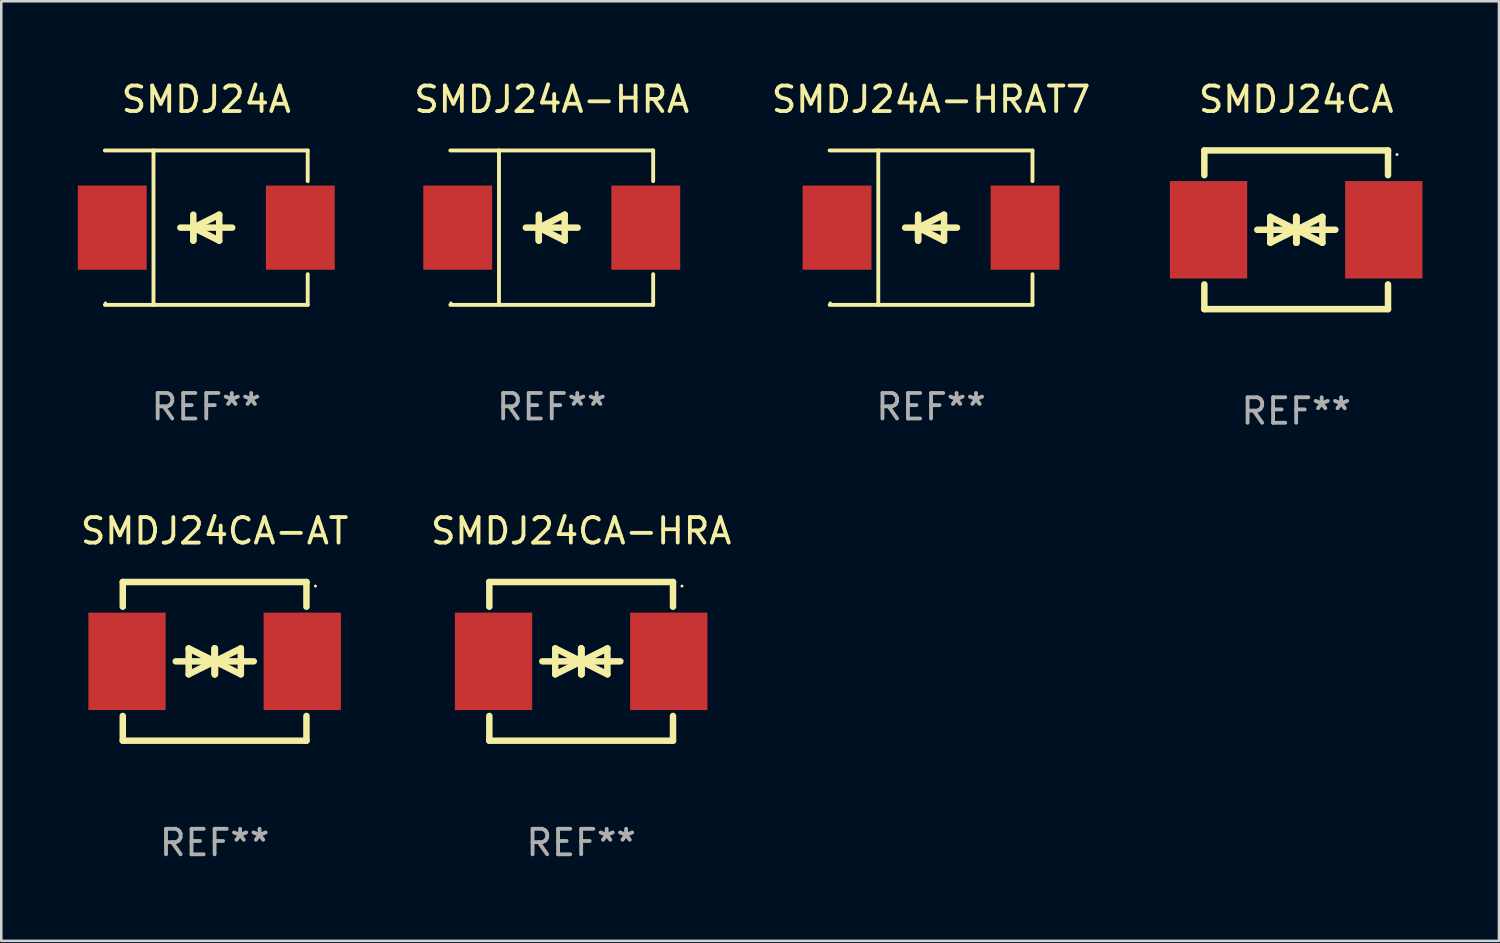
<source format=kicad_pcb>
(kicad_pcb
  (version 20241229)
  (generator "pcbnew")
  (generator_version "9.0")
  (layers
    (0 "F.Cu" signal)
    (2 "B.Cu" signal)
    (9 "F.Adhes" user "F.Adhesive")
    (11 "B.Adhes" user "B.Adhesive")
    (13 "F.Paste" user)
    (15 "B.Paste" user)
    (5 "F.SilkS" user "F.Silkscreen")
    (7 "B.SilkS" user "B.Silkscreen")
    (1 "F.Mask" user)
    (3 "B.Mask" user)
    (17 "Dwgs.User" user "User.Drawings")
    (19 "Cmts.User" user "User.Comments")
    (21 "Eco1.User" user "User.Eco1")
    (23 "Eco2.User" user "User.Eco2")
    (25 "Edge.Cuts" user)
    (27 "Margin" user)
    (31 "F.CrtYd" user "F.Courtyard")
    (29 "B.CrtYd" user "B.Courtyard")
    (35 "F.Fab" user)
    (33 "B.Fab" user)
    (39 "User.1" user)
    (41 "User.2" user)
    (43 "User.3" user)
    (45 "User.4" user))
  (footprint "SMDJ24A-HRAT7"
    (layer "F.Cu")
    (at 33.448 5.874)
    (property "Reference" "SMDJ24A-HRAT7" (at 0 -5.026 0) (layer "F.SilkS") (effects (font (size 1 1) (thickness 0.15))))
    (attr through_hole)
    (fp_line (start -3.976 -3.026) (end 3.976 -3.026) (stroke (width 0.152) (type solid)) (layer "F.SilkS"))
    (fp_line (start -3.976 3.026) (end 3.976 3.026) (stroke (width 0.152) (type solid)) (layer "F.SilkS"))
    (fp_line (start -2.069 -3.026) (end -2.069 3.026) (stroke (width 0.152) (type solid)) (layer "F.SilkS"))
    (fp_line (start -0.508 0) (end -0.508 0.508) (stroke (width 0.254) (type solid)) (layer "F.SilkS"))
    (fp_line (start -0.508 0) (end 0.508 0.508) (stroke (width 0.254) (type solid)) (layer "F.SilkS"))
    (fp_line (start -0.508 0.508) (end -0.508 -0.508) (stroke (width 0.254) (type solid)) (layer "F.SilkS"))
    (fp_line (start 0.508 -0.508) (end -0.508 0) (stroke (width 0.254) (type solid)) (layer "F.SilkS"))
    (fp_line (start 0.508 0.508) (end 0.508 -0.508) (stroke (width 0.254) (type solid)) (layer "F.SilkS"))
    (fp_line (start 1.016 0) (end -1.016 0) (stroke (width 0.254) (type solid)) (layer "F.SilkS"))
    (fp_line (start 3.976 -3.026) (end 3.976 -1.823) (stroke (width 0.152) (type solid)) (layer "F.SilkS"))
    (fp_line (start 3.976 3.026) (end 3.976 1.823) (stroke (width 0.152) (type solid)) (layer "F.SilkS"))
    (fp_circle (center -3.95 2.95) (end -3.92 2.95) (stroke (width 0.06) (type solid)) (fill no) (layer "F.SilkS"))
    (fp_text user "REF**" (at 0 7.026 0) (layer "F.Fab") (effects (font (size 1 1) (thickness 0.15))))
    (pad "1" smd rect (at -3.686 0) (size 2.7 3.3) (layers "F.Cu" "F.Mask" "F.Paste"))
    (pad "2" smd rect (at 3.686 0) (size 2.7 3.3) (layers "F.Cu" "F.Mask" "F.Paste")))
  (footprint "SMDJ24A"
    (layer "F.Cu")
    (at 5.036 5.874)
    (property "Reference" "SMDJ24A" (at 0 -5.026 0) (layer "F.SilkS") (effects (font (size 1 1) (thickness 0.15))))
    (attr through_hole)
    (fp_line (start -3.976 -3.026) (end 3.976 -3.026) (stroke (width 0.152) (type solid)) (layer "F.SilkS"))
    (fp_line (start -3.976 3.026) (end 3.976 3.026) (stroke (width 0.152) (type solid)) (layer "F.SilkS"))
    (fp_line (start -2.069 -3.026) (end -2.069 3.026) (stroke (width 0.152) (type solid)) (layer "F.SilkS"))
    (fp_line (start -0.508 0) (end -0.508 0.508) (stroke (width 0.254) (type solid)) (layer "F.SilkS"))
    (fp_line (start -0.508 0) (end 0.508 0.508) (stroke (width 0.254) (type solid)) (layer "F.SilkS"))
    (fp_line (start -0.508 0.508) (end -0.508 -0.508) (stroke (width 0.254) (type solid)) (layer "F.SilkS"))
    (fp_line (start 0.508 -0.508) (end -0.508 0) (stroke (width 0.254) (type solid)) (layer "F.SilkS"))
    (fp_line (start 0.508 0.508) (end 0.508 -0.508) (stroke (width 0.254) (type solid)) (layer "F.SilkS"))
    (fp_line (start 1.016 0) (end -1.016 0) (stroke (width 0.254) (type solid)) (layer "F.SilkS"))
    (fp_line (start 3.976 -3.026) (end 3.976 -1.823) (stroke (width 0.152) (type solid)) (layer "F.SilkS"))
    (fp_line (start 3.976 3.026) (end 3.976 1.823) (stroke (width 0.152) (type solid)) (layer "F.SilkS"))
    (fp_circle (center -3.95 2.95) (end -3.92 2.95) (stroke (width 0.06) (type solid)) (fill no) (layer "F.SilkS"))
    (fp_text user "REF**" (at 0 7.026 0) (layer "F.Fab") (effects (font (size 1 1) (thickness 0.15))))
    (pad "1" smd rect (at -3.686 0) (size 2.7 3.3) (layers "F.Cu" "F.Mask" "F.Paste"))
    (pad "2" smd rect (at 3.686 0) (size 2.7 3.3) (layers "F.Cu" "F.Mask" "F.Paste")))
  (footprint "SMDJ24CA"
    (layer "F.Cu")
    (at 47.761 5.958)
    (property "Reference" "SMDJ24CA" (at 0 -5.11 0) (layer "F.SilkS") (effects (font (size 1 1) (thickness 0.15))))
    (attr through_hole)
    (fp_line (start -3.6 -2.141) (end -3.6 -3.11) (stroke (width 0.254) (type solid)) (layer "F.SilkS"))
    (fp_line (start -3.6 3.11) (end -3.6 2.141) (stroke (width 0.254) (type solid)) (layer "F.SilkS"))
    (fp_line (start -1.524 0) (end 0.508 0) (stroke (width 0.254) (type solid)) (layer "F.SilkS"))
    (fp_line (start -1.016 -0.508) (end -1.016 0.508) (stroke (width 0.254) (type solid)) (layer "F.SilkS"))
    (fp_line (start -1.016 0.508) (end 0 0) (stroke (width 0.254) (type solid)) (layer "F.SilkS"))
    (fp_line (start 0 -0.508) (end 0 0.508) (stroke (width 0.254) (type solid)) (layer "F.SilkS"))
    (fp_line (start 0 0) (end -1.016 -0.508) (stroke (width 0.254) (type solid)) (layer "F.SilkS"))
    (fp_line (start 0 0) (end 0 -0.508) (stroke (width 0.254) (type solid)) (layer "F.SilkS"))
    (fp_line (start 0.012 0) (end 0.012 0.508) (stroke (width 0.254) (type solid)) (layer "F.SilkS"))
    (fp_line (start 0.012 0) (end 1.028 0.508) (stroke (width 0.254) (type solid)) (layer "F.SilkS"))
    (fp_line (start 0.012 0.508) (end 0.012 -0.508) (stroke (width 0.254) (type solid)) (layer "F.SilkS"))
    (fp_line (start 1.028 -0.508) (end 0.012 0) (stroke (width 0.254) (type solid)) (layer "F.SilkS"))
    (fp_line (start 1.028 0.508) (end 1.028 -0.508) (stroke (width 0.254) (type solid)) (layer "F.SilkS"))
    (fp_line (start 1.536 0) (end -0.496 0) (stroke (width 0.254) (type solid)) (layer "F.SilkS"))
    (fp_line (start 3.6 -3.11) (end -3.6 -3.11) (stroke (width 0.254) (type solid)) (layer "F.SilkS"))
    (fp_line (start 3.6 -2.141) (end 3.6 -3.11) (stroke (width 0.254) (type solid)) (layer "F.SilkS"))
    (fp_line (start 3.6 3.11) (end -3.6 3.11) (stroke (width 0.254) (type solid)) (layer "F.SilkS"))
    (fp_line (start 3.6 3.11) (end 3.6 2.141) (stroke (width 0.254) (type solid)) (layer "F.SilkS"))
    (fp_circle (center 3.952 -2.95) (end 3.982 -2.95) (stroke (width 0.06) (type solid)) (fill no) (layer "F.SilkS"))
    (fp_text user "REF**" (at 0 7.11 0) (layer "F.Fab") (effects (font (size 1 1) (thickness 0.15))))
    (pad "1" smd rect (at 3.435 0) (size 3.03 3.82) (layers "F.Cu" "F.Mask" "F.Paste"))
    (pad "2" smd rect (at -3.435 0) (size 3.03 3.82) (layers "F.Cu" "F.Mask" "F.Paste")))
  (footprint "SMDJ24CA-HRA"
    (layer "F.Cu")
    (at 19.732 22.875)
    (property "Reference" "SMDJ24CA-HRA" (at 0 -5.11 0) (layer "F.SilkS") (effects (font (size 1 1) (thickness 0.15))))
    (attr through_hole)
    (fp_line (start -3.6 -2.141) (end -3.6 -3.11) (stroke (width 0.254) (type solid)) (layer "F.SilkS"))
    (fp_line (start -3.6 3.11) (end -3.6 2.141) (stroke (width 0.254) (type solid)) (layer "F.SilkS"))
    (fp_line (start -1.524 0) (end 0.508 0) (stroke (width 0.254) (type solid)) (layer "F.SilkS"))
    (fp_line (start -1.016 -0.508) (end -1.016 0.508) (stroke (width 0.254) (type solid)) (layer "F.SilkS"))
    (fp_line (start -1.016 0.508) (end 0 0) (stroke (width 0.254) (type solid)) (layer "F.SilkS"))
    (fp_line (start 0 -0.508) (end 0 0.508) (stroke (width 0.254) (type solid)) (layer "F.SilkS"))
    (fp_line (start 0 0) (end -1.016 -0.508) (stroke (width 0.254) (type solid)) (layer "F.SilkS"))
    (fp_line (start 0 0) (end 0 -0.508) (stroke (width 0.254) (type solid)) (layer "F.SilkS"))
    (fp_line (start 0.012 0) (end 0.012 0.508) (stroke (width 0.254) (type solid)) (layer "F.SilkS"))
    (fp_line (start 0.012 0) (end 1.028 0.508) (stroke (width 0.254) (type solid)) (layer "F.SilkS"))
    (fp_line (start 0.012 0.508) (end 0.012 -0.508) (stroke (width 0.254) (type solid)) (layer "F.SilkS"))
    (fp_line (start 1.028 -0.508) (end 0.012 0) (stroke (width 0.254) (type solid)) (layer "F.SilkS"))
    (fp_line (start 1.028 0.508) (end 1.028 -0.508) (stroke (width 0.254) (type solid)) (layer "F.SilkS"))
    (fp_line (start 1.536 0) (end -0.496 0) (stroke (width 0.254) (type solid)) (layer "F.SilkS"))
    (fp_line (start 3.6 -3.11) (end -3.6 -3.11) (stroke (width 0.254) (type solid)) (layer "F.SilkS"))
    (fp_line (start 3.6 -2.141) (end 3.6 -3.11) (stroke (width 0.254) (type solid)) (layer "F.SilkS"))
    (fp_line (start 3.6 3.11) (end -3.6 3.11) (stroke (width 0.254) (type solid)) (layer "F.SilkS"))
    (fp_line (start 3.6 3.11) (end 3.6 2.141) (stroke (width 0.254) (type solid)) (layer "F.SilkS"))
    (fp_circle (center 3.952 -2.95) (end 3.982 -2.95) (stroke (width 0.06) (type solid)) (fill no) (layer "F.SilkS"))
    (fp_text user "REF**" (at 0 7.11 0) (layer "F.Fab") (effects (font (size 1 1) (thickness 0.15))))
    (pad "1" smd rect (at 3.435 0) (size 3.03 3.82) (layers "F.Cu" "F.Mask" "F.Paste"))
    (pad "2" smd rect (at -3.435 0) (size 3.03 3.82) (layers "F.Cu" "F.Mask" "F.Paste")))
  (footprint "SMDJ24A-HRA"
    (layer "F.Cu")
    (at 18.579 5.874)
    (property "Reference" "SMDJ24A-HRA" (at 0 -5.026 0) (layer "F.SilkS") (effects (font (size 1 1) (thickness 0.15))))
    (attr through_hole)
    (fp_line (start -3.976 -3.026) (end 3.976 -3.026) (stroke (width 0.152) (type solid)) (layer "F.SilkS"))
    (fp_line (start -3.976 3.026) (end 3.976 3.026) (stroke (width 0.152) (type solid)) (layer "F.SilkS"))
    (fp_line (start -2.069 -3.026) (end -2.069 3.026) (stroke (width 0.152) (type solid)) (layer "F.SilkS"))
    (fp_line (start -0.508 0) (end -0.508 0.508) (stroke (width 0.254) (type solid)) (layer "F.SilkS"))
    (fp_line (start -0.508 0) (end 0.508 0.508) (stroke (width 0.254) (type solid)) (layer "F.SilkS"))
    (fp_line (start -0.508 0.508) (end -0.508 -0.508) (stroke (width 0.254) (type solid)) (layer "F.SilkS"))
    (fp_line (start 0.508 -0.508) (end -0.508 0) (stroke (width 0.254) (type solid)) (layer "F.SilkS"))
    (fp_line (start 0.508 0.508) (end 0.508 -0.508) (stroke (width 0.254) (type solid)) (layer "F.SilkS"))
    (fp_line (start 1.016 0) (end -1.016 0) (stroke (width 0.254) (type solid)) (layer "F.SilkS"))
    (fp_line (start 3.976 -3.026) (end 3.976 -1.823) (stroke (width 0.152) (type solid)) (layer "F.SilkS"))
    (fp_line (start 3.976 3.026) (end 3.976 1.823) (stroke (width 0.152) (type solid)) (layer "F.SilkS"))
    (fp_circle (center -3.95 2.95) (end -3.92 2.95) (stroke (width 0.06) (type solid)) (fill no) (layer "F.SilkS"))
    (fp_text user "REF**" (at 0 7.026 0) (layer "F.Fab") (effects (font (size 1 1) (thickness 0.15))))
    (pad "1" smd rect (at -3.686 0) (size 2.7 3.3) (layers "F.Cu" "F.Mask" "F.Paste"))
    (pad "2" smd rect (at 3.686 0) (size 2.7 3.3) (layers "F.Cu" "F.Mask" "F.Paste")))
  (footprint "SMDJ24CA-AT"
    (layer "F.Cu")
    (at 5.363 22.875)
    (property "Reference" "SMDJ24CA-AT" (at 0 -5.11 0) (layer "F.SilkS") (effects (font (size 1 1) (thickness 0.15))))
    (attr through_hole)
    (fp_line (start -3.6 -2.141) (end -3.6 -3.11) (stroke (width 0.254) (type solid)) (layer "F.SilkS"))
    (fp_line (start -3.6 3.11) (end -3.6 2.141) (stroke (width 0.254) (type solid)) (layer "F.SilkS"))
    (fp_line (start -1.524 0) (end 0.508 0) (stroke (width 0.254) (type solid)) (layer "F.SilkS"))
    (fp_line (start -1.016 -0.508) (end -1.016 0.508) (stroke (width 0.254) (type solid)) (layer "F.SilkS"))
    (fp_line (start -1.016 0.508) (end 0 0) (stroke (width 0.254) (type solid)) (layer "F.SilkS"))
    (fp_line (start 0 -0.508) (end 0 0.508) (stroke (width 0.254) (type solid)) (layer "F.SilkS"))
    (fp_line (start 0 0) (end -1.016 -0.508) (stroke (width 0.254) (type solid)) (layer "F.SilkS"))
    (fp_line (start 0 0) (end 0 -0.508) (stroke (width 0.254) (type solid)) (layer "F.SilkS"))
    (fp_line (start 0.012 0) (end 0.012 0.508) (stroke (width 0.254) (type solid)) (layer "F.SilkS"))
    (fp_line (start 0.012 0) (end 1.028 0.508) (stroke (width 0.254) (type solid)) (layer "F.SilkS"))
    (fp_line (start 0.012 0.508) (end 0.012 -0.508) (stroke (width 0.254) (type solid)) (layer "F.SilkS"))
    (fp_line (start 1.028 -0.508) (end 0.012 0) (stroke (width 0.254) (type solid)) (layer "F.SilkS"))
    (fp_line (start 1.028 0.508) (end 1.028 -0.508) (stroke (width 0.254) (type solid)) (layer "F.SilkS"))
    (fp_line (start 1.536 0) (end -0.496 0) (stroke (width 0.254) (type solid)) (layer "F.SilkS"))
    (fp_line (start 3.6 -3.11) (end -3.6 -3.11) (stroke (width 0.254) (type solid)) (layer "F.SilkS"))
    (fp_line (start 3.6 -2.141) (end 3.6 -3.11) (stroke (width 0.254) (type solid)) (layer "F.SilkS"))
    (fp_line (start 3.6 3.11) (end -3.6 3.11) (stroke (width 0.254) (type solid)) (layer "F.SilkS"))
    (fp_line (start 3.6 3.11) (end 3.6 2.141) (stroke (width 0.254) (type solid)) (layer "F.SilkS"))
    (fp_circle (center 3.952 -2.95) (end 3.982 -2.95) (stroke (width 0.06) (type solid)) (fill no) (layer "F.SilkS"))
    (fp_text user "REF**" (at 0 7.11 0) (layer "F.Fab") (effects (font (size 1 1) (thickness 0.15))))
    (pad "1" smd rect (at 3.435 0) (size 3.03 3.82) (layers "F.Cu" "F.Mask" "F.Paste"))
    (pad "2" smd rect (at -3.435 0) (size 3.03 3.82) (layers "F.Cu" "F.Mask" "F.Paste")))
  (gr_rect
    (start -3 -3)
    (end 55.711 33.833)
    (stroke (width 0.1) (type default))
    (fill no)
    (layer "Edge.Cuts")))
</source>
